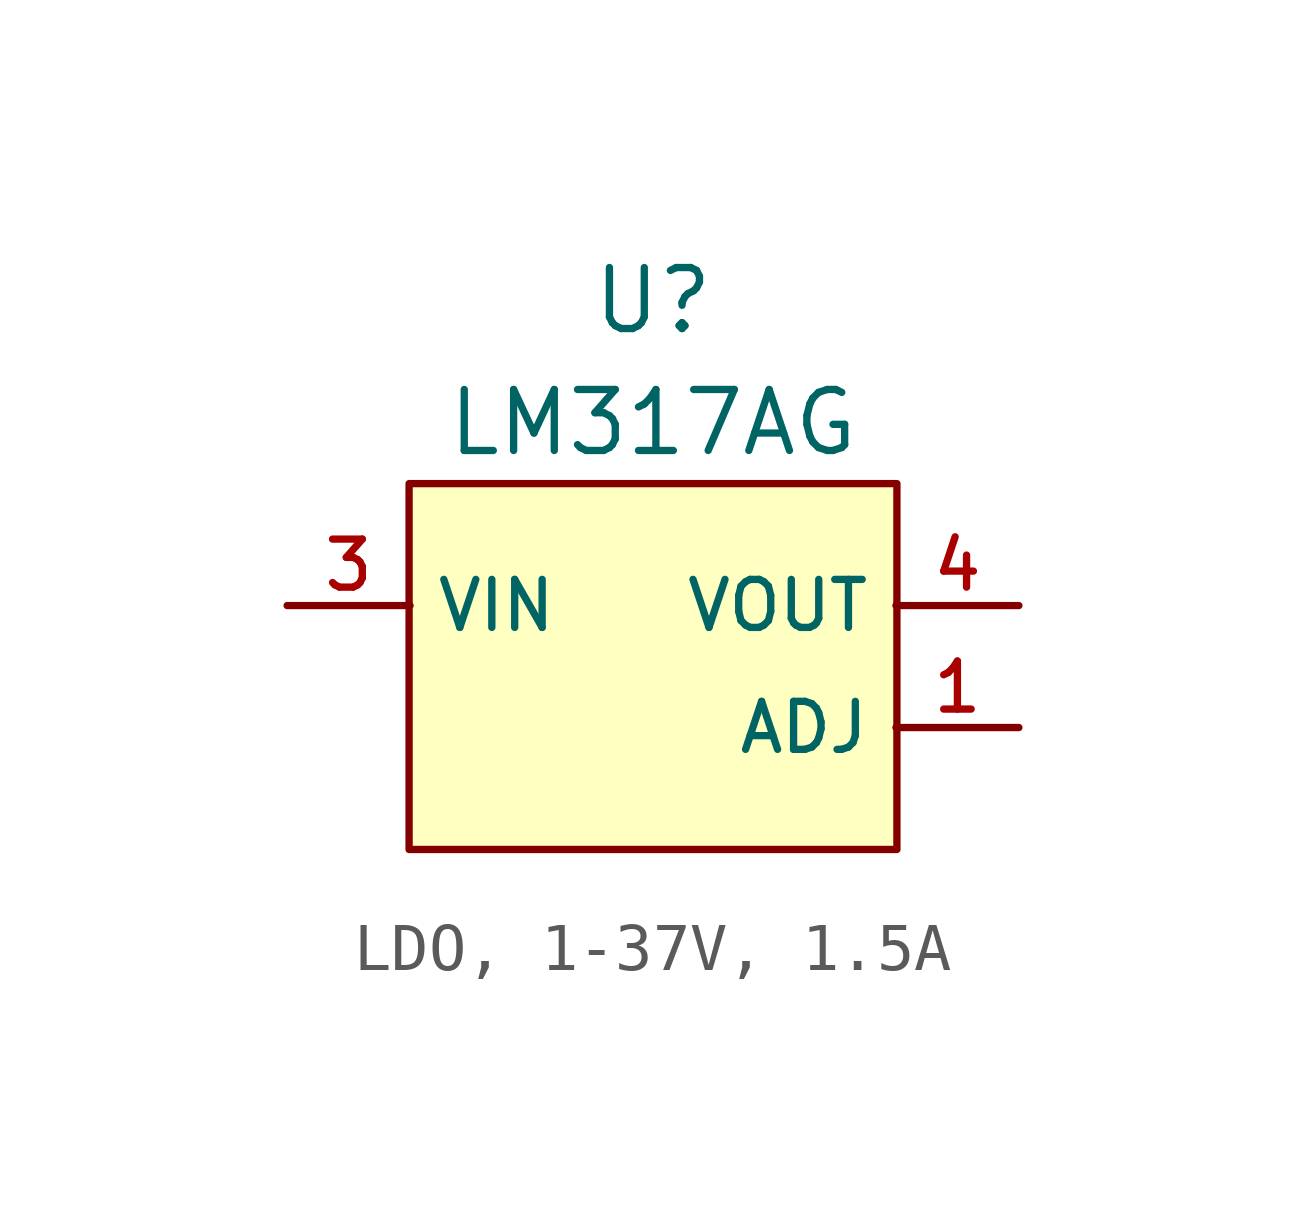
<source format=kicad_sym>
(kicad_symbol_lib
  (version 20231120)
  (generator "CDFER_Archive_Tool")
  (generator_version "0.0")
  (symbol "LDO, 1-37V, 1.5A"
    (property "Reference" "U"
      (at 0 8.89 0)
      (effects (font (size 1.27 1.27))))
    (property "Value" "LM317AG"
      (at 0 6.35 0)
      (effects (font (size 1.27 1.27))))
    (symbol "LDO, 1-37V, 1.5A_0_1"
      (rectangle (start -5.08 5.08) (end 5.08 -2.54) (stroke (width 0) (type default)) (fill (type background))))
    (symbol "LDO, 1-37V, 1.5A_1_1"
      (pin unspecified line (at 7.62 0 180) (length 2.56) (name "ADJ" (effects (font (size 1 1)))) (number "1" (effects (font (size 1 1)))))
      (pin unspecified line (at -7.62 2.54 0) (length 2.56) (name "VIN" (effects (font (size 1 1)))) (number "3" (effects (font (size 1 1)))))
      (pin unspecified line (at 7.62 2.54 180) (length 2.56) (name "VOUT" (effects (font (size 1 1)))) (number "4" (effects (font (size 1 1))))))))
</source>
